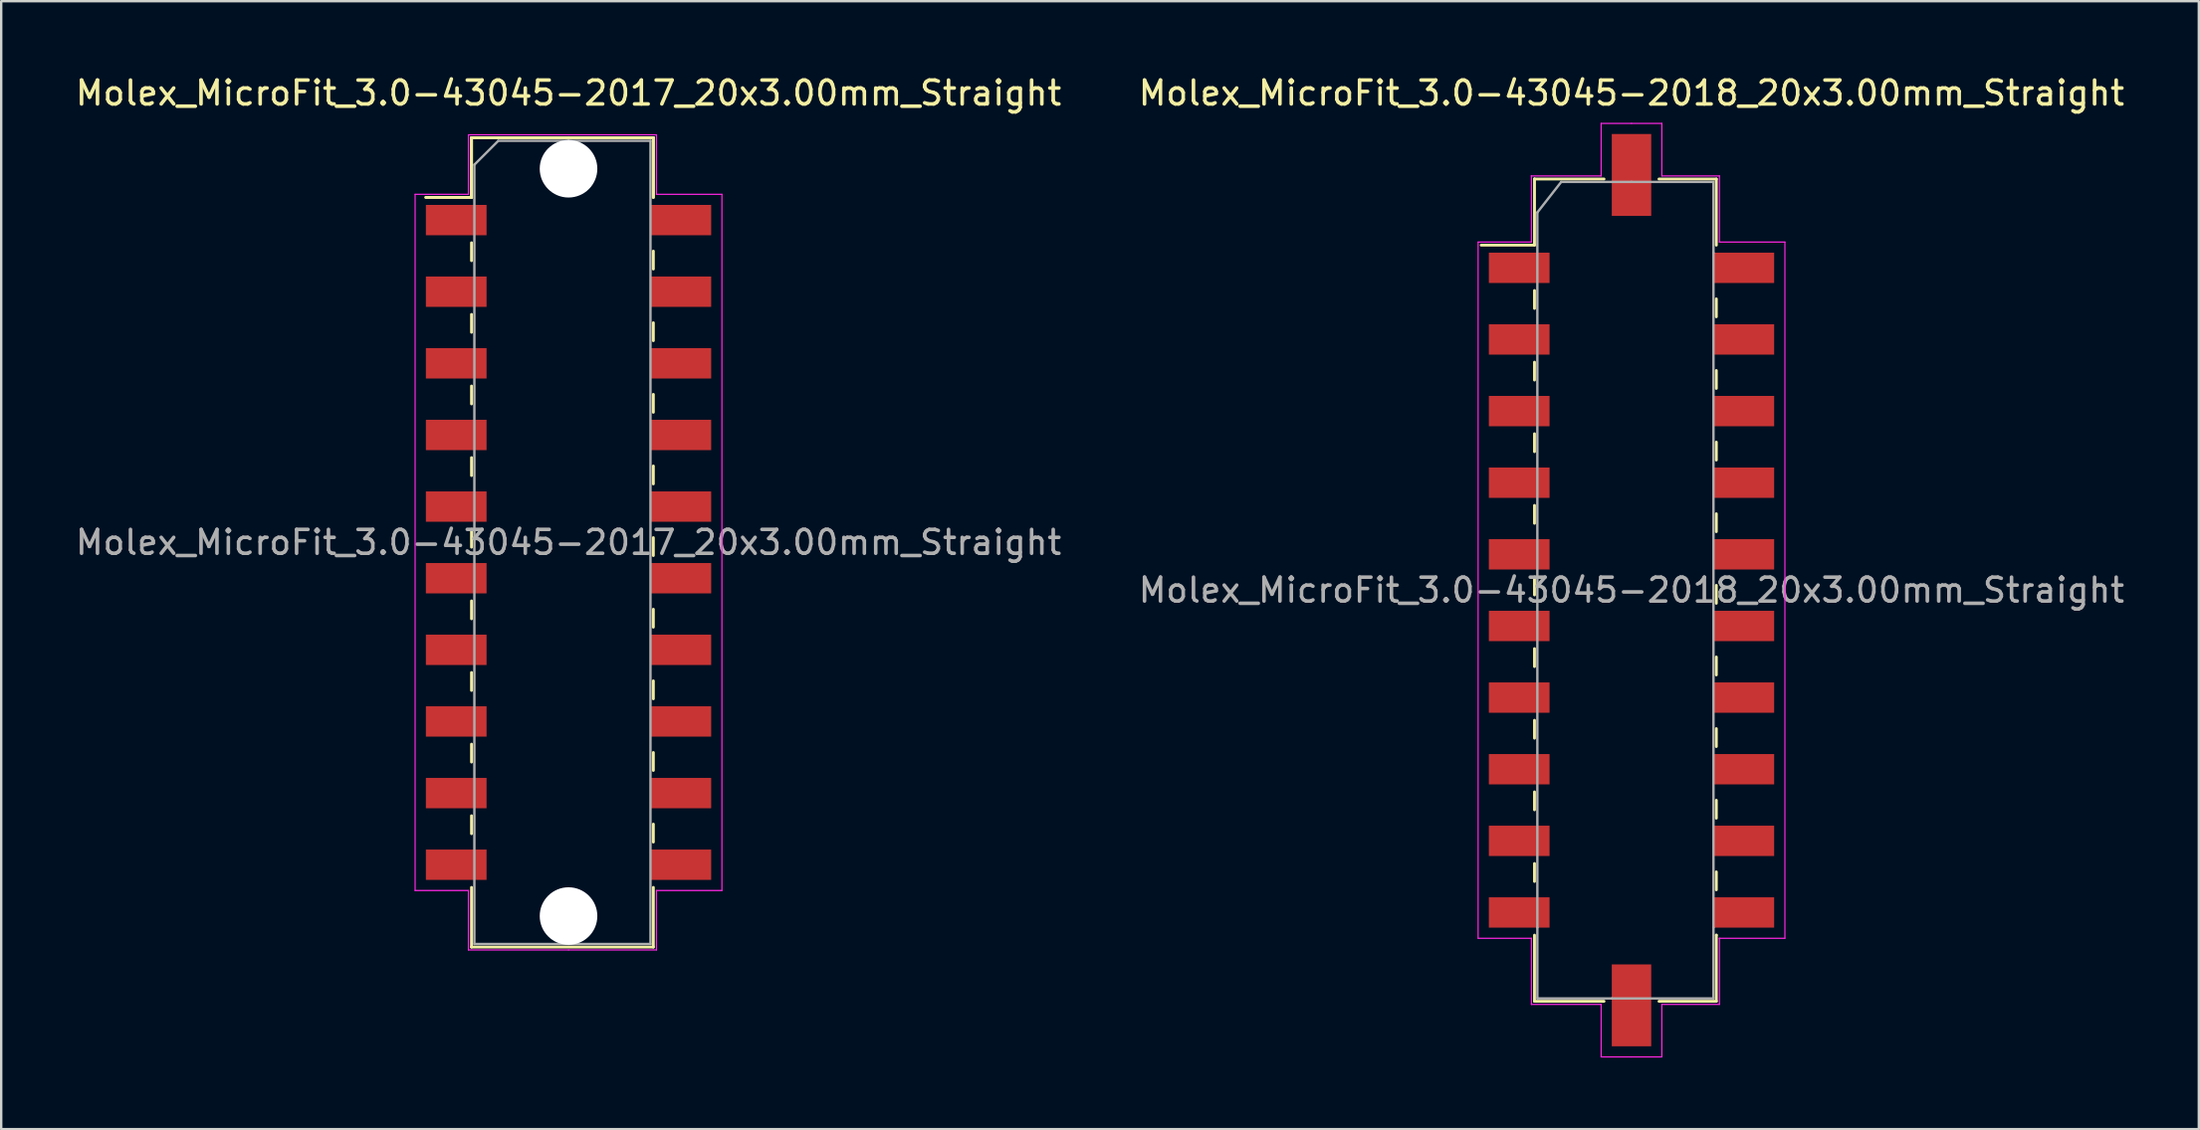
<source format=kicad_pcb>
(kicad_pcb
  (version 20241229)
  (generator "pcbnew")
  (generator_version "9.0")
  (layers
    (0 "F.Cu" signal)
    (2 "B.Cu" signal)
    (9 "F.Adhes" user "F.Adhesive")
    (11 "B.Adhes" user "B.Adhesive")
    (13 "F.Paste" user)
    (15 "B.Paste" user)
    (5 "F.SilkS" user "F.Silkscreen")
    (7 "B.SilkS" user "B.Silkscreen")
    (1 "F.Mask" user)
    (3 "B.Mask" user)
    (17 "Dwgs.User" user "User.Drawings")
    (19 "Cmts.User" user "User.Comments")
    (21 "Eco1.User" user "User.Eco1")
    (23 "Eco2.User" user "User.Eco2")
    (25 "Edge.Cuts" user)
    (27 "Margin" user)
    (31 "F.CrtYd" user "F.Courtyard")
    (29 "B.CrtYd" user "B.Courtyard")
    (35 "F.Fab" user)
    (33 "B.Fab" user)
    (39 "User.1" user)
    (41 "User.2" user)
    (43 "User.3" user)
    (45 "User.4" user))
  (footprint "Molex_MicroFit_3.0-43045-2017_20x3.00mm_Straight"
    (layer "F.Cu")
    (at 20.744 19.668)
    (property "Reference" "Molex_MicroFit_3.0-43045-2017_20x3.00mm_Straight" (at 0 -18.82 0) (layer "F.SilkS") (effects (font (size 1 1) (thickness 0.15))))
    (attr smd)
    (fp_line (start -5.97 -14.45) (end -4.06 -14.45) (stroke (width 0.12) (type solid)) (layer "F.SilkS"))
    (fp_line (start -5.97 -14.45) (end -4.06 -14.45) (stroke (width 0.12) (type solid)) (layer "F.SilkS"))
    (fp_line (start -4.06 -16.95) (end 3.55 -16.95) (stroke (width 0.12) (type solid)) (layer "F.SilkS"))
    (fp_line (start -4.06 -16.95) (end 3.55 -16.95) (stroke (width 0.12) (type solid)) (layer "F.SilkS"))
    (fp_line (start -4.06 -14.45) (end -4.06 -16.95) (stroke (width 0.12) (type solid)) (layer "F.SilkS"))
    (fp_line (start -4.06 -14.45) (end -4.06 -16.95) (stroke (width 0.12) (type solid)) (layer "F.SilkS"))
    (fp_line (start -4.06 -12.55) (end -4.06 -11.8) (stroke (width 0.12) (type solid)) (layer "F.SilkS"))
    (fp_line (start -4.06 -9.55) (end -4.06 -8.8) (stroke (width 0.12) (type solid)) (layer "F.SilkS"))
    (fp_line (start -4.06 -6.55) (end -4.06 -5.8) (stroke (width 0.12) (type solid)) (layer "F.SilkS"))
    (fp_line (start -4.06 -3.55) (end -4.06 -2.8) (stroke (width 0.12) (type solid)) (layer "F.SilkS"))
    (fp_line (start -4.06 -0.55) (end -4.06 0.2) (stroke (width 0.12) (type solid)) (layer "F.SilkS"))
    (fp_line (start -4.06 2.45) (end -4.06 3.2) (stroke (width 0.12) (type solid)) (layer "F.SilkS"))
    (fp_line (start -4.06 5.45) (end -4.06 6.2) (stroke (width 0.12) (type solid)) (layer "F.SilkS"))
    (fp_line (start -4.06 8.45) (end -4.06 9.2) (stroke (width 0.12) (type solid)) (layer "F.SilkS"))
    (fp_line (start -4.06 11.45) (end -4.06 12.2) (stroke (width 0.12) (type solid)) (layer "F.SilkS"))
    (fp_line (start -4.06 16.95) (end -4.06 14.45) (stroke (width 0.12) (type solid)) (layer "F.SilkS"))
    (fp_line (start 3.55 -16.95) (end 3.55 -14.45) (stroke (width 0.12) (type solid)) (layer "F.SilkS"))
    (fp_line (start 3.55 -16.95) (end 3.55 -14.45) (stroke (width 0.12) (type solid)) (layer "F.SilkS"))
    (fp_line (start 3.55 -11.45) (end 3.55 -12.2) (stroke (width 0.12) (type solid)) (layer "F.SilkS"))
    (fp_line (start 3.55 -8.45) (end 3.55 -9.2) (stroke (width 0.12) (type solid)) (layer "F.SilkS"))
    (fp_line (start 3.55 -5.45) (end 3.55 -6.2) (stroke (width 0.12) (type solid)) (layer "F.SilkS"))
    (fp_line (start 3.55 -2.45) (end 3.55 -3.2) (stroke (width 0.12) (type solid)) (layer "F.SilkS"))
    (fp_line (start 3.55 0.55) (end 3.55 -0.2) (stroke (width 0.12) (type solid)) (layer "F.SilkS"))
    (fp_line (start 3.55 3.55) (end 3.55 2.8) (stroke (width 0.12) (type solid)) (layer "F.SilkS"))
    (fp_line (start 3.55 6.55) (end 3.55 5.8) (stroke (width 0.12) (type solid)) (layer "F.SilkS"))
    (fp_line (start 3.55 9.55) (end 3.55 8.8) (stroke (width 0.12) (type solid)) (layer "F.SilkS"))
    (fp_line (start 3.55 12.55) (end 3.55 11.8) (stroke (width 0.12) (type solid)) (layer "F.SilkS"))
    (fp_line (start 3.55 14.45) (end 3.55 16.95) (stroke (width 0.12) (type solid)) (layer "F.SilkS"))
    (fp_line (start 3.55 16.95) (end -4.06 16.95) (stroke (width 0.12) (type solid)) (layer "F.SilkS"))
    (fp_line (start -6.42 -14.58) (end -4.19 -14.58) (stroke (width 0.05) (type solid)) (layer "F.CrtYd"))
    (fp_line (start -6.42 14.58) (end -6.42 -14.58) (stroke (width 0.05) (type solid)) (layer "F.CrtYd"))
    (fp_line (start -4.19 -17.07) (end 0 -17.07) (stroke (width 0.05) (type solid)) (layer "F.CrtYd"))
    (fp_line (start -4.19 -14.58) (end -4.19 -17.07) (stroke (width 0.05) (type solid)) (layer "F.CrtYd"))
    (fp_line (start -4.19 14.58) (end -6.42 14.58) (stroke (width 0.05) (type solid)) (layer "F.CrtYd"))
    (fp_line (start -4.19 17.07) (end -4.19 14.58) (stroke (width 0.05) (type solid)) (layer "F.CrtYd"))
    (fp_line (start 0 -17.07) (end 3.68 -17.07) (stroke (width 0.05) (type solid)) (layer "F.CrtYd"))
    (fp_line (start 0 17.07) (end -4.19 17.07) (stroke (width 0.05) (type solid)) (layer "F.CrtYd"))
    (fp_line (start 3.68 -17.07) (end 3.68 -14.58) (stroke (width 0.05) (type solid)) (layer "F.CrtYd"))
    (fp_line (start 3.68 -14.58) (end 6.42 -14.58) (stroke (width 0.05) (type solid)) (layer "F.CrtYd"))
    (fp_line (start 3.68 14.58) (end 3.68 17.07) (stroke (width 0.05) (type solid)) (layer "F.CrtYd"))
    (fp_line (start 3.68 17.07) (end 0 17.07) (stroke (width 0.05) (type solid)) (layer "F.CrtYd"))
    (fp_line (start 6.42 -14.58) (end 6.42 14.58) (stroke (width 0.05) (type solid)) (layer "F.CrtYd"))
    (fp_line (start 6.42 14.58) (end 3.68 14.58) (stroke (width 0.05) (type solid)) (layer "F.CrtYd"))
    (fp_line (start -3.94 -15.82) (end -2.94 -16.82) (stroke (width 0.1) (type solid)) (layer "F.Fab"))
    (fp_line (start -3.94 16.82) (end -3.94 -15.82) (stroke (width 0.1) (type solid)) (layer "F.Fab"))
    (fp_line (start -2.94 -16.82) (end 0 -16.82) (stroke (width 0.1) (type solid)) (layer "F.Fab"))
    (fp_line (start 0 -16.82) (end 3.43 -16.82) (stroke (width 0.1) (type solid)) (layer "F.Fab"))
    (fp_line (start 0 16.82) (end -3.94 16.82) (stroke (width 0.1) (type solid)) (layer "F.Fab"))
    (fp_line (start 3.43 -16.82) (end 3.43 16.82) (stroke (width 0.1) (type solid)) (layer "F.Fab"))
    (fp_line (start 3.43 16.82) (end 0 16.82) (stroke (width 0.1) (type solid)) (layer "F.Fab"))
    (fp_text user "${REFERENCE}" (at 0 0 0) (layer "F.Fab") (effects (font (size 1 1) (thickness 0.15))))
    (pad "" np_thru_hole circle (at 0 -15.65) (size 2.41 2.41) (drill 2.41) (layers "*.Cu"))
    (pad "" np_thru_hole circle (at 0 15.65) (size 2.41 2.41) (drill 2.41) (layers "*.Cu"))
    (pad "1" smd rect (at -4.7 -13.5) (size 2.54 1.27) (layers "F.Cu" "F.Mask" "F.Paste"))
    (pad "2" smd rect (at -4.7 -10.5) (size 2.54 1.27) (layers "F.Cu" "F.Mask" "F.Paste"))
    (pad "3" smd rect (at -4.7 -7.5) (size 2.54 1.27) (layers "F.Cu" "F.Mask" "F.Paste"))
    (pad "4" smd rect (at -4.7 -4.5) (size 2.54 1.27) (layers "F.Cu" "F.Mask" "F.Paste"))
    (pad "5" smd rect (at -4.7 -1.5) (size 2.54 1.27) (layers "F.Cu" "F.Mask" "F.Paste"))
    (pad "6" smd rect (at -4.7 1.5) (size 2.54 1.27) (layers "F.Cu" "F.Mask" "F.Paste"))
    (pad "7" smd rect (at -4.7 4.5) (size 2.54 1.27) (layers "F.Cu" "F.Mask" "F.Paste"))
    (pad "8" smd rect (at -4.7 7.5) (size 2.54 1.27) (layers "F.Cu" "F.Mask" "F.Paste"))
    (pad "9" smd rect (at -4.7 10.5) (size 2.54 1.27) (layers "F.Cu" "F.Mask" "F.Paste"))
    (pad "10" smd rect (at -4.7 13.5) (size 2.54 1.27) (layers "F.Cu" "F.Mask" "F.Paste"))
    (pad "11" smd rect (at 4.7 13.5) (size 2.54 1.27) (layers "F.Cu" "F.Mask" "F.Paste"))
    (pad "12" smd rect (at 4.7 10.5) (size 2.54 1.27) (layers "F.Cu" "F.Mask" "F.Paste"))
    (pad "13" smd rect (at 4.7 7.5) (size 2.54 1.27) (layers "F.Cu" "F.Mask" "F.Paste"))
    (pad "14" smd rect (at 4.7 4.5) (size 2.54 1.27) (layers "F.Cu" "F.Mask" "F.Paste"))
    (pad "15" smd rect (at 4.7 1.5) (size 2.54 1.27) (layers "F.Cu" "F.Mask" "F.Paste"))
    (pad "16" smd rect (at 4.7 -1.5) (size 2.54 1.27) (layers "F.Cu" "F.Mask" "F.Paste"))
    (pad "17" smd rect (at 4.7 -4.5) (size 2.54 1.27) (layers "F.Cu" "F.Mask" "F.Paste"))
    (pad "18" smd rect (at 4.7 -7.5) (size 2.54 1.27) (layers "F.Cu" "F.Mask" "F.Paste"))
    (pad "19" smd rect (at 4.7 -10.5) (size 2.54 1.27) (layers "F.Cu" "F.Mask" "F.Paste"))
    (pad "20" smd rect (at 4.7 -13.5) (size 2.54 1.27) (layers "F.Cu" "F.Mask" "F.Paste")))
  (footprint "Molex_MicroFit_3.0-43045-2018_20x3.00mm_Straight"
    (layer "F.Cu")
    (at 65.232 21.668)
    (property "Reference" "Molex_MicroFit_3.0-43045-2018_20x3.00mm_Straight" (at 0 -20.82 0) (layer "F.SilkS") (effects (font (size 1 1) (thickness 0.15))))
    (attr smd)
    (fp_line (start -6.29 -14.45) (end -4.06 -14.45) (stroke (width 0.12) (type solid)) (layer "F.SilkS"))
    (fp_line (start -4.06 -17.22) (end -4.06 -17.22) (stroke (width 0.12) (type solid)) (layer "F.SilkS"))
    (fp_line (start -4.06 -17.22) (end -1.15 -17.22) (stroke (width 0.12) (type solid)) (layer "F.SilkS"))
    (fp_line (start -4.06 -14.45) (end -4.06 -17.22) (stroke (width 0.12) (type solid)) (layer "F.SilkS"))
    (fp_line (start -4.06 -12.55) (end -4.06 -11.8) (stroke (width 0.12) (type solid)) (layer "F.SilkS"))
    (fp_line (start -4.06 -9.55) (end -4.06 -8.8) (stroke (width 0.12) (type solid)) (layer "F.SilkS"))
    (fp_line (start -4.06 -6.55) (end -4.06 -5.8) (stroke (width 0.12) (type solid)) (layer "F.SilkS"))
    (fp_line (start -4.06 -3.55) (end -4.06 -2.8) (stroke (width 0.12) (type solid)) (layer "F.SilkS"))
    (fp_line (start -4.06 -0.55) (end -4.06 0.2) (stroke (width 0.12) (type solid)) (layer "F.SilkS"))
    (fp_line (start -4.06 2.45) (end -4.06 3.2) (stroke (width 0.12) (type solid)) (layer "F.SilkS"))
    (fp_line (start -4.06 5.45) (end -4.06 6.2) (stroke (width 0.12) (type solid)) (layer "F.SilkS"))
    (fp_line (start -4.06 8.45) (end -4.06 9.2) (stroke (width 0.12) (type solid)) (layer "F.SilkS"))
    (fp_line (start -4.06 11.45) (end -4.06 12.2) (stroke (width 0.12) (type solid)) (layer "F.SilkS"))
    (fp_line (start -4.06 17.22) (end -4.06 14.45) (stroke (width 0.12) (type solid)) (layer "F.SilkS"))
    (fp_line (start -1.15 17.22) (end -4.06 17.22) (stroke (width 0.12) (type solid)) (layer "F.SilkS"))
    (fp_line (start 1.15 -17.22) (end 3.55 -17.22) (stroke (width 0.12) (type solid)) (layer "F.SilkS"))
    (fp_line (start 3.55 -17.22) (end 3.55 -14.45) (stroke (width 0.12) (type solid)) (layer "F.SilkS"))
    (fp_line (start 3.55 -11.45) (end 3.55 -12.2) (stroke (width 0.12) (type solid)) (layer "F.SilkS"))
    (fp_line (start 3.55 -8.45) (end 3.55 -9.2) (stroke (width 0.12) (type solid)) (layer "F.SilkS"))
    (fp_line (start 3.55 -5.45) (end 3.55 -6.2) (stroke (width 0.12) (type solid)) (layer "F.SilkS"))
    (fp_line (start 3.55 -2.45) (end 3.55 -3.2) (stroke (width 0.12) (type solid)) (layer "F.SilkS"))
    (fp_line (start 3.55 0.55) (end 3.55 -0.2) (stroke (width 0.12) (type solid)) (layer "F.SilkS"))
    (fp_line (start 3.55 3.55) (end 3.55 2.8) (stroke (width 0.12) (type solid)) (layer "F.SilkS"))
    (fp_line (start 3.55 6.55) (end 3.55 5.8) (stroke (width 0.12) (type solid)) (layer "F.SilkS"))
    (fp_line (start 3.55 9.55) (end 3.55 8.8) (stroke (width 0.12) (type solid)) (layer "F.SilkS"))
    (fp_line (start 3.55 12.55) (end 3.55 11.8) (stroke (width 0.12) (type solid)) (layer "F.SilkS"))
    (fp_line (start 3.55 14.45) (end 3.55 14.45) (stroke (width 0.12) (type solid)) (layer "F.SilkS"))
    (fp_line (start 3.55 14.45) (end 3.55 17.22) (stroke (width 0.12) (type solid)) (layer "F.SilkS"))
    (fp_line (start 3.55 17.22) (end 1.15 17.22) (stroke (width 0.12) (type solid)) (layer "F.SilkS"))
    (fp_line (start -6.42 -14.58) (end -4.19 -14.58) (stroke (width 0.05) (type solid)) (layer "F.CrtYd"))
    (fp_line (start -6.42 14.58) (end -6.42 -14.58) (stroke (width 0.05) (type solid)) (layer "F.CrtYd"))
    (fp_line (start -4.19 -17.35) (end -4.19 -17.35) (stroke (width 0.05) (type solid)) (layer "F.CrtYd"))
    (fp_line (start -4.19 -17.35) (end -1.27 -17.35) (stroke (width 0.05) (type solid)) (layer "F.CrtYd"))
    (fp_line (start -4.19 -14.58) (end -4.19 -17.35) (stroke (width 0.05) (type solid)) (layer "F.CrtYd"))
    (fp_line (start -4.19 14.58) (end -6.42 14.58) (stroke (width 0.05) (type solid)) (layer "F.CrtYd"))
    (fp_line (start -4.19 17.35) (end -4.19 14.58) (stroke (width 0.05) (type solid)) (layer "F.CrtYd"))
    (fp_line (start -1.27 -19.55) (end 0 -19.55) (stroke (width 0.05) (type solid)) (layer "F.CrtYd"))
    (fp_line (start -1.27 -17.35) (end -1.27 -19.55) (stroke (width 0.05) (type solid)) (layer "F.CrtYd"))
    (fp_line (start -1.27 17.35) (end -4.19 17.35) (stroke (width 0.05) (type solid)) (layer "F.CrtYd"))
    (fp_line (start -1.27 19.55) (end -1.27 17.35) (stroke (width 0.05) (type solid)) (layer "F.CrtYd"))
    (fp_line (start 0 -19.55) (end 1.27 -19.55) (stroke (width 0.05) (type solid)) (layer "F.CrtYd"))
    (fp_line (start 0 19.55) (end -1.27 19.55) (stroke (width 0.05) (type solid)) (layer "F.CrtYd"))
    (fp_line (start 1.27 -19.55) (end 1.27 -17.35) (stroke (width 0.05) (type solid)) (layer "F.CrtYd"))
    (fp_line (start 1.27 -17.35) (end 3.68 -17.35) (stroke (width 0.05) (type solid)) (layer "F.CrtYd"))
    (fp_line (start 1.27 17.35) (end 1.27 19.55) (stroke (width 0.05) (type solid)) (layer "F.CrtYd"))
    (fp_line (start 1.27 19.55) (end 0 19.55) (stroke (width 0.05) (type solid)) (layer "F.CrtYd"))
    (fp_line (start 3.68 -17.35) (end 3.68 -14.58) (stroke (width 0.05) (type solid)) (layer "F.CrtYd"))
    (fp_line (start 3.68 -14.58) (end 6.42 -14.58) (stroke (width 0.05) (type solid)) (layer "F.CrtYd"))
    (fp_line (start 3.68 14.58) (end 3.68 14.58) (stroke (width 0.05) (type solid)) (layer "F.CrtYd"))
    (fp_line (start 3.68 14.58) (end 3.68 17.35) (stroke (width 0.05) (type solid)) (layer "F.CrtYd"))
    (fp_line (start 3.68 17.35) (end 1.27 17.35) (stroke (width 0.05) (type solid)) (layer "F.CrtYd"))
    (fp_line (start 6.42 -14.58) (end 6.42 14.58) (stroke (width 0.05) (type solid)) (layer "F.CrtYd"))
    (fp_line (start 6.42 14.58) (end 3.68 14.58) (stroke (width 0.05) (type solid)) (layer "F.CrtYd"))
    (fp_line (start -3.94 -15.82) (end -2.94 -17.1) (stroke (width 0.1) (type solid)) (layer "F.Fab"))
    (fp_line (start -3.94 14.13) (end -3.94 -15.82) (stroke (width 0.1) (type solid)) (layer "F.Fab"))
    (fp_line (start -3.94 17.1) (end -3.94 14.13) (stroke (width 0.1) (type solid)) (layer "F.Fab"))
    (fp_line (start -2.94 -17.1) (end 0 -17.1) (stroke (width 0.1) (type solid)) (layer "F.Fab"))
    (fp_line (start -0.82 17.1) (end -3.94 17.1) (stroke (width 0.1) (type solid)) (layer "F.Fab"))
    (fp_line (start 0 -17.1) (end 3.43 -17.1) (stroke (width 0.1) (type solid)) (layer "F.Fab"))
    (fp_line (start 3.43 -17.1) (end 3.43 -14.13) (stroke (width 0.1) (type solid)) (layer "F.Fab"))
    (fp_line (start 3.43 -14.13) (end 3.43 14.13) (stroke (width 0.1) (type solid)) (layer "F.Fab"))
    (fp_line (start 3.43 14.13) (end 3.43 17.1) (stroke (width 0.1) (type solid)) (layer "F.Fab"))
    (fp_line (start 3.43 17.1) (end -0.82 17.1) (stroke (width 0.1) (type solid)) (layer "F.Fab"))
    (fp_text user "${REFERENCE}" (at 0 0 0) (layer "F.Fab") (effects (font (size 1 1) (thickness 0.15))))
    (pad "" smd rect (at 0 -17.39) (size 1.65 3.43) (layers "F.Cu" "F.Mask" "F.Paste"))
    (pad "" smd rect (at 0 17.39) (size 1.65 3.43) (layers "F.Cu" "F.Mask" "F.Paste"))
    (pad "1" smd rect (at -4.7 -13.5) (size 2.54 1.27) (layers "F.Cu" "F.Mask" "F.Paste"))
    (pad "2" smd rect (at -4.7 -10.5) (size 2.54 1.27) (layers "F.Cu" "F.Mask" "F.Paste"))
    (pad "3" smd rect (at -4.7 -7.5) (size 2.54 1.27) (layers "F.Cu" "F.Mask" "F.Paste"))
    (pad "4" smd rect (at -4.7 -4.5) (size 2.54 1.27) (layers "F.Cu" "F.Mask" "F.Paste"))
    (pad "5" smd rect (at -4.7 -1.5) (size 2.54 1.27) (layers "F.Cu" "F.Mask" "F.Paste"))
    (pad "6" smd rect (at -4.7 1.5) (size 2.54 1.27) (layers "F.Cu" "F.Mask" "F.Paste"))
    (pad "7" smd rect (at -4.7 4.5) (size 2.54 1.27) (layers "F.Cu" "F.Mask" "F.Paste"))
    (pad "8" smd rect (at -4.7 7.5) (size 2.54 1.27) (layers "F.Cu" "F.Mask" "F.Paste"))
    (pad "9" smd rect (at -4.7 10.5) (size 2.54 1.27) (layers "F.Cu" "F.Mask" "F.Paste"))
    (pad "10" smd rect (at -4.7 13.5) (size 2.54 1.27) (layers "F.Cu" "F.Mask" "F.Paste"))
    (pad "11" smd rect (at 4.7 13.5) (size 2.54 1.27) (layers "F.Cu" "F.Mask" "F.Paste"))
    (pad "12" smd rect (at 4.7 10.5) (size 2.54 1.27) (layers "F.Cu" "F.Mask" "F.Paste"))
    (pad "13" smd rect (at 4.7 7.5) (size 2.54 1.27) (layers "F.Cu" "F.Mask" "F.Paste"))
    (pad "14" smd rect (at 4.7 4.5) (size 2.54 1.27) (layers "F.Cu" "F.Mask" "F.Paste"))
    (pad "15" smd rect (at 4.7 1.5) (size 2.54 1.27) (layers "F.Cu" "F.Mask" "F.Paste"))
    (pad "16" smd rect (at 4.7 -1.5) (size 2.54 1.27) (layers "F.Cu" "F.Mask" "F.Paste"))
    (pad "17" smd rect (at 4.7 -4.5) (size 2.54 1.27) (layers "F.Cu" "F.Mask" "F.Paste"))
    (pad "18" smd rect (at 4.7 -7.5) (size 2.54 1.27) (layers "F.Cu" "F.Mask" "F.Paste"))
    (pad "19" smd rect (at 4.7 -10.5) (size 2.54 1.27) (layers "F.Cu" "F.Mask" "F.Paste"))
    (pad "20" smd rect (at 4.7 -13.5) (size 2.54 1.27) (layers "F.Cu" "F.Mask" "F.Paste")))
  (gr_rect
    (start -3 -3)
    (end 88.976 44.243)
    (stroke (width 0.1) (type default))
    (fill no)
    (layer "Edge.Cuts")))
</source>
